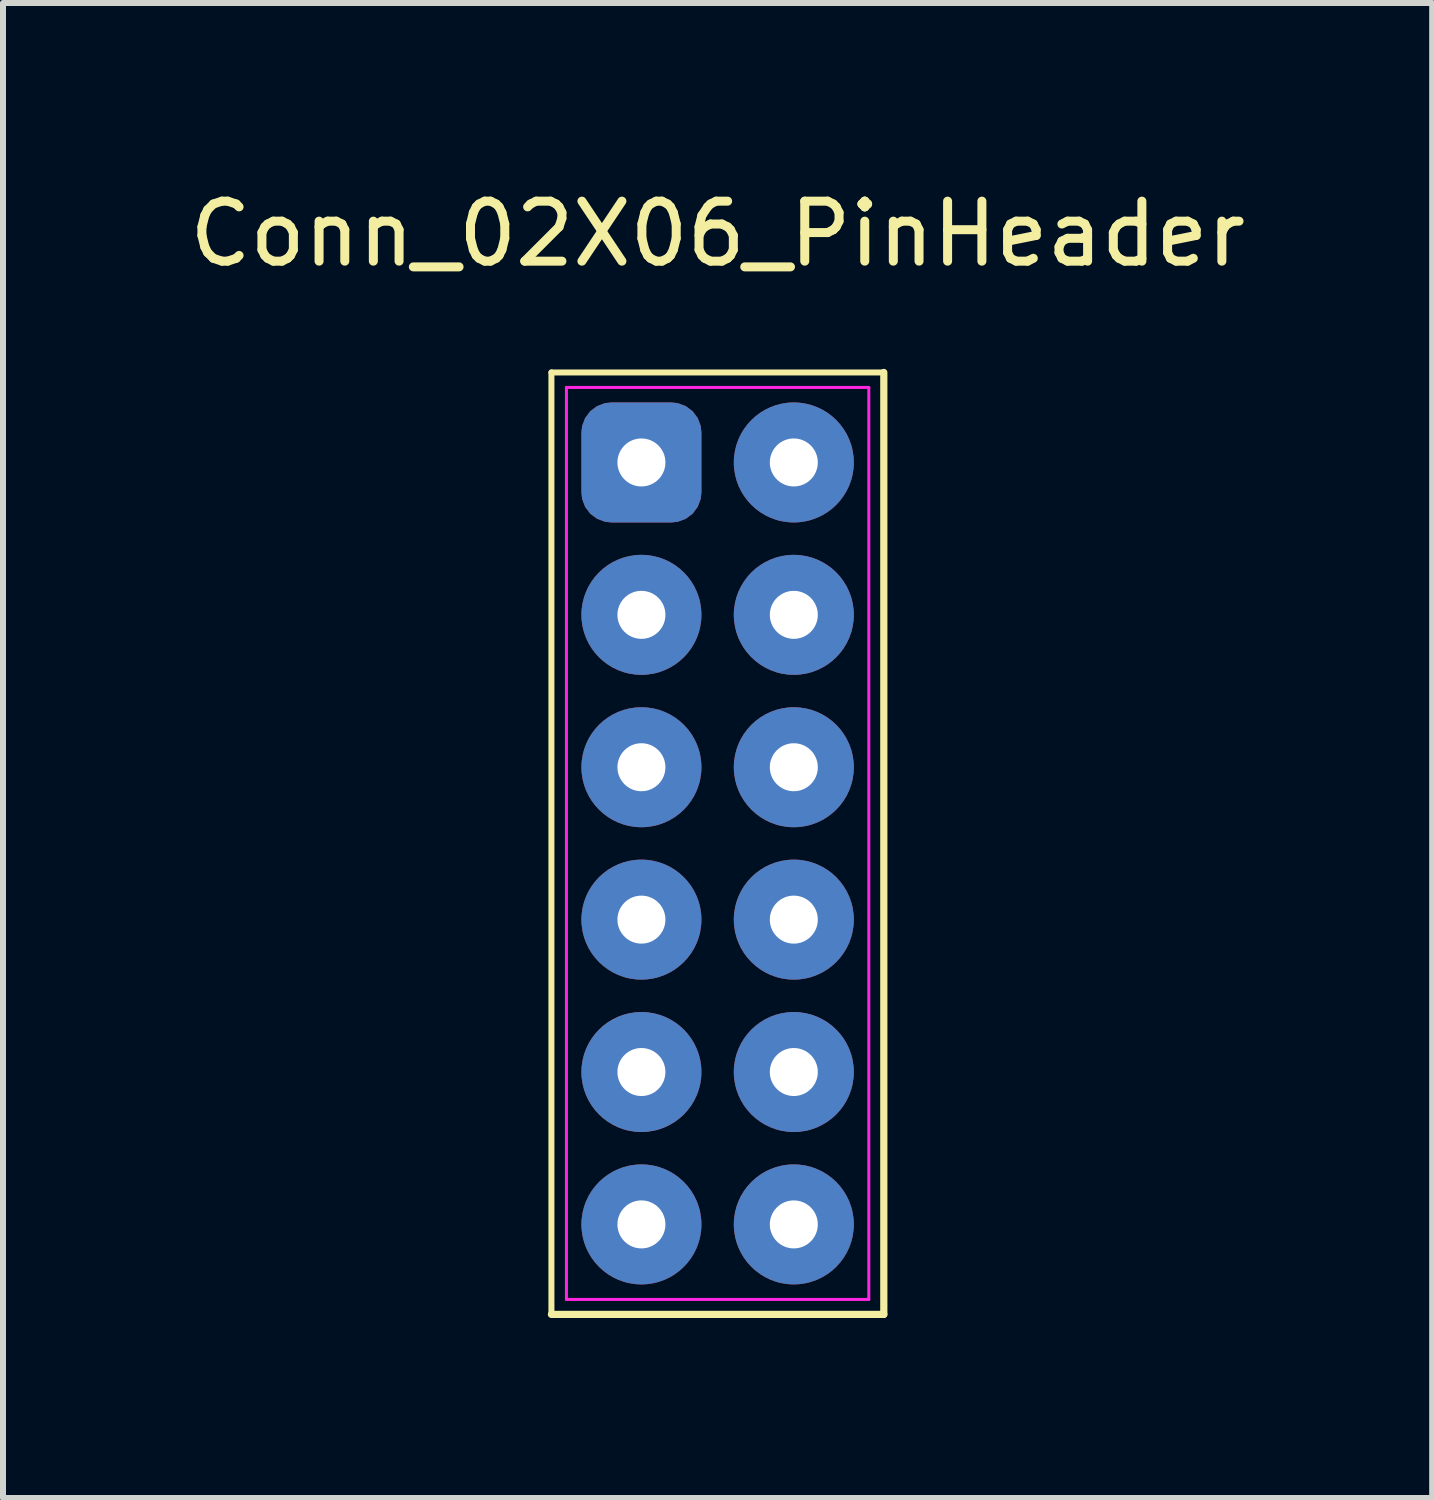
<source format=kicad_pcb>
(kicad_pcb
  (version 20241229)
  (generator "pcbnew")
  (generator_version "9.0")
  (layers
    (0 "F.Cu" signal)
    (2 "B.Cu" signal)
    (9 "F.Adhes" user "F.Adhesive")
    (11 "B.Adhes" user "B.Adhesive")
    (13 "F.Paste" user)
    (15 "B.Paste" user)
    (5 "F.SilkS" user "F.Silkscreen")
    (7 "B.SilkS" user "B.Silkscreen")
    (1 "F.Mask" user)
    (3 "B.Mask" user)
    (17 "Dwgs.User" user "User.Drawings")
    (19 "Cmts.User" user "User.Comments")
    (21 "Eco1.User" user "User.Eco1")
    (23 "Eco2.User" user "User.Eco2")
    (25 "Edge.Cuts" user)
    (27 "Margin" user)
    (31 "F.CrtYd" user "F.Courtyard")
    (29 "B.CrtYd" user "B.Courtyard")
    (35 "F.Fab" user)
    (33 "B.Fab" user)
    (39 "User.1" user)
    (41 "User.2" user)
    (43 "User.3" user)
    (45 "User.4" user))
  (footprint "Conn_02X06_PinHeader"
    (layer "F.Cu")
    (at 8.911 11.008)
    (property "Reference" "Conn_02X06_PinHeader" (at 0 -10.16 180) (layer "F.SilkS") (effects (font (size 1 1) (thickness 0.15))))
    (attr through_hole)
    (fp_line (start -2.77 7.85) (end 2.77 7.85) (stroke (width 0.12) (type default)) (layer "F.SilkS"))
    (fp_line (start -2.77 -7.85) (end -2.77 7.85) (stroke (width 0.1) (type default)) (layer "F.SilkS"))
    (fp_line (start -2.77 -7.85) (end 2.77 -7.85) (stroke (width 0.1) (type default)) (layer "F.SilkS"))
    (fp_line (start 2.77 7.85) (end 2.77 -7.85) (stroke (width 0.12) (type default)) (layer "F.SilkS"))
    (fp_line (start -2.52 -7.6) (end 2.52 -7.6) (stroke (width 0.05) (type default)) (layer "F.CrtYd"))
    (fp_line (start -2.52 7.6) (end -2.52 -7.6) (stroke (width 0.05) (type default)) (layer "F.CrtYd"))
    (fp_line (start 2.52 -7.6) (end 2.52 7.6) (stroke (width 0.05) (type default)) (layer "F.CrtYd"))
    (fp_line (start 2.52 7.6) (end -2.52 7.6) (stroke (width 0.05) (type default)) (layer "F.CrtYd"))
    (pad "1" thru_hole roundrect (at -1.27 -6.35 270) (size 2 2) (drill 0.8) (layers "*.Cu" "*.Mask") (roundrect_rratio 0.25))
    (pad "2" thru_hole circle (at 1.27 -6.35 270) (size 2 2) (drill 0.8) (layers "*.Cu" "*.Mask"))
    (pad "3" thru_hole circle (at -1.27 -3.81 270) (size 2 2) (drill 0.8) (layers "*.Cu" "*.Mask"))
    (pad "4" thru_hole circle (at 1.27 -3.81 270) (size 2 2) (drill 0.8) (layers "*.Cu" "*.Mask"))
    (pad "5" thru_hole circle (at -1.27 -1.27 270) (size 2 2) (drill 0.8) (layers "*.Cu" "*.Mask"))
    (pad "6" thru_hole circle (at 1.27 -1.27 270) (size 2 2) (drill 0.8) (layers "*.Cu" "*.Mask"))
    (pad "7" thru_hole circle (at -1.27 1.27 270) (size 2 2) (drill 0.8) (layers "*.Cu" "*.Mask"))
    (pad "8" thru_hole circle (at 1.27 1.27 270) (size 2 2) (drill 0.8) (layers "*.Cu" "*.Mask"))
    (pad "9" thru_hole circle (at -1.27 3.81 270) (size 2 2) (drill 0.8) (layers "*.Cu" "*.Mask"))
    (pad "10" thru_hole circle (at 1.27 3.81) (size 2 2) (drill 0.8) (layers "*.Cu" "*.Mask"))
    (pad "11" thru_hole circle (at -1.27 6.35 270) (size 2 2) (drill 0.8) (layers "*.Cu" "*.Mask"))
    (pad "12" thru_hole circle (at 1.27 6.35 270) (size 2 2) (drill 0.8) (layers "*.Cu" "*.Mask")))
  (gr_rect
    (start -3 -3)
    (end 20.821 21.918)
    (stroke (width 0.1) (type default))
    (fill no)
    (layer "Edge.Cuts")))
</source>
